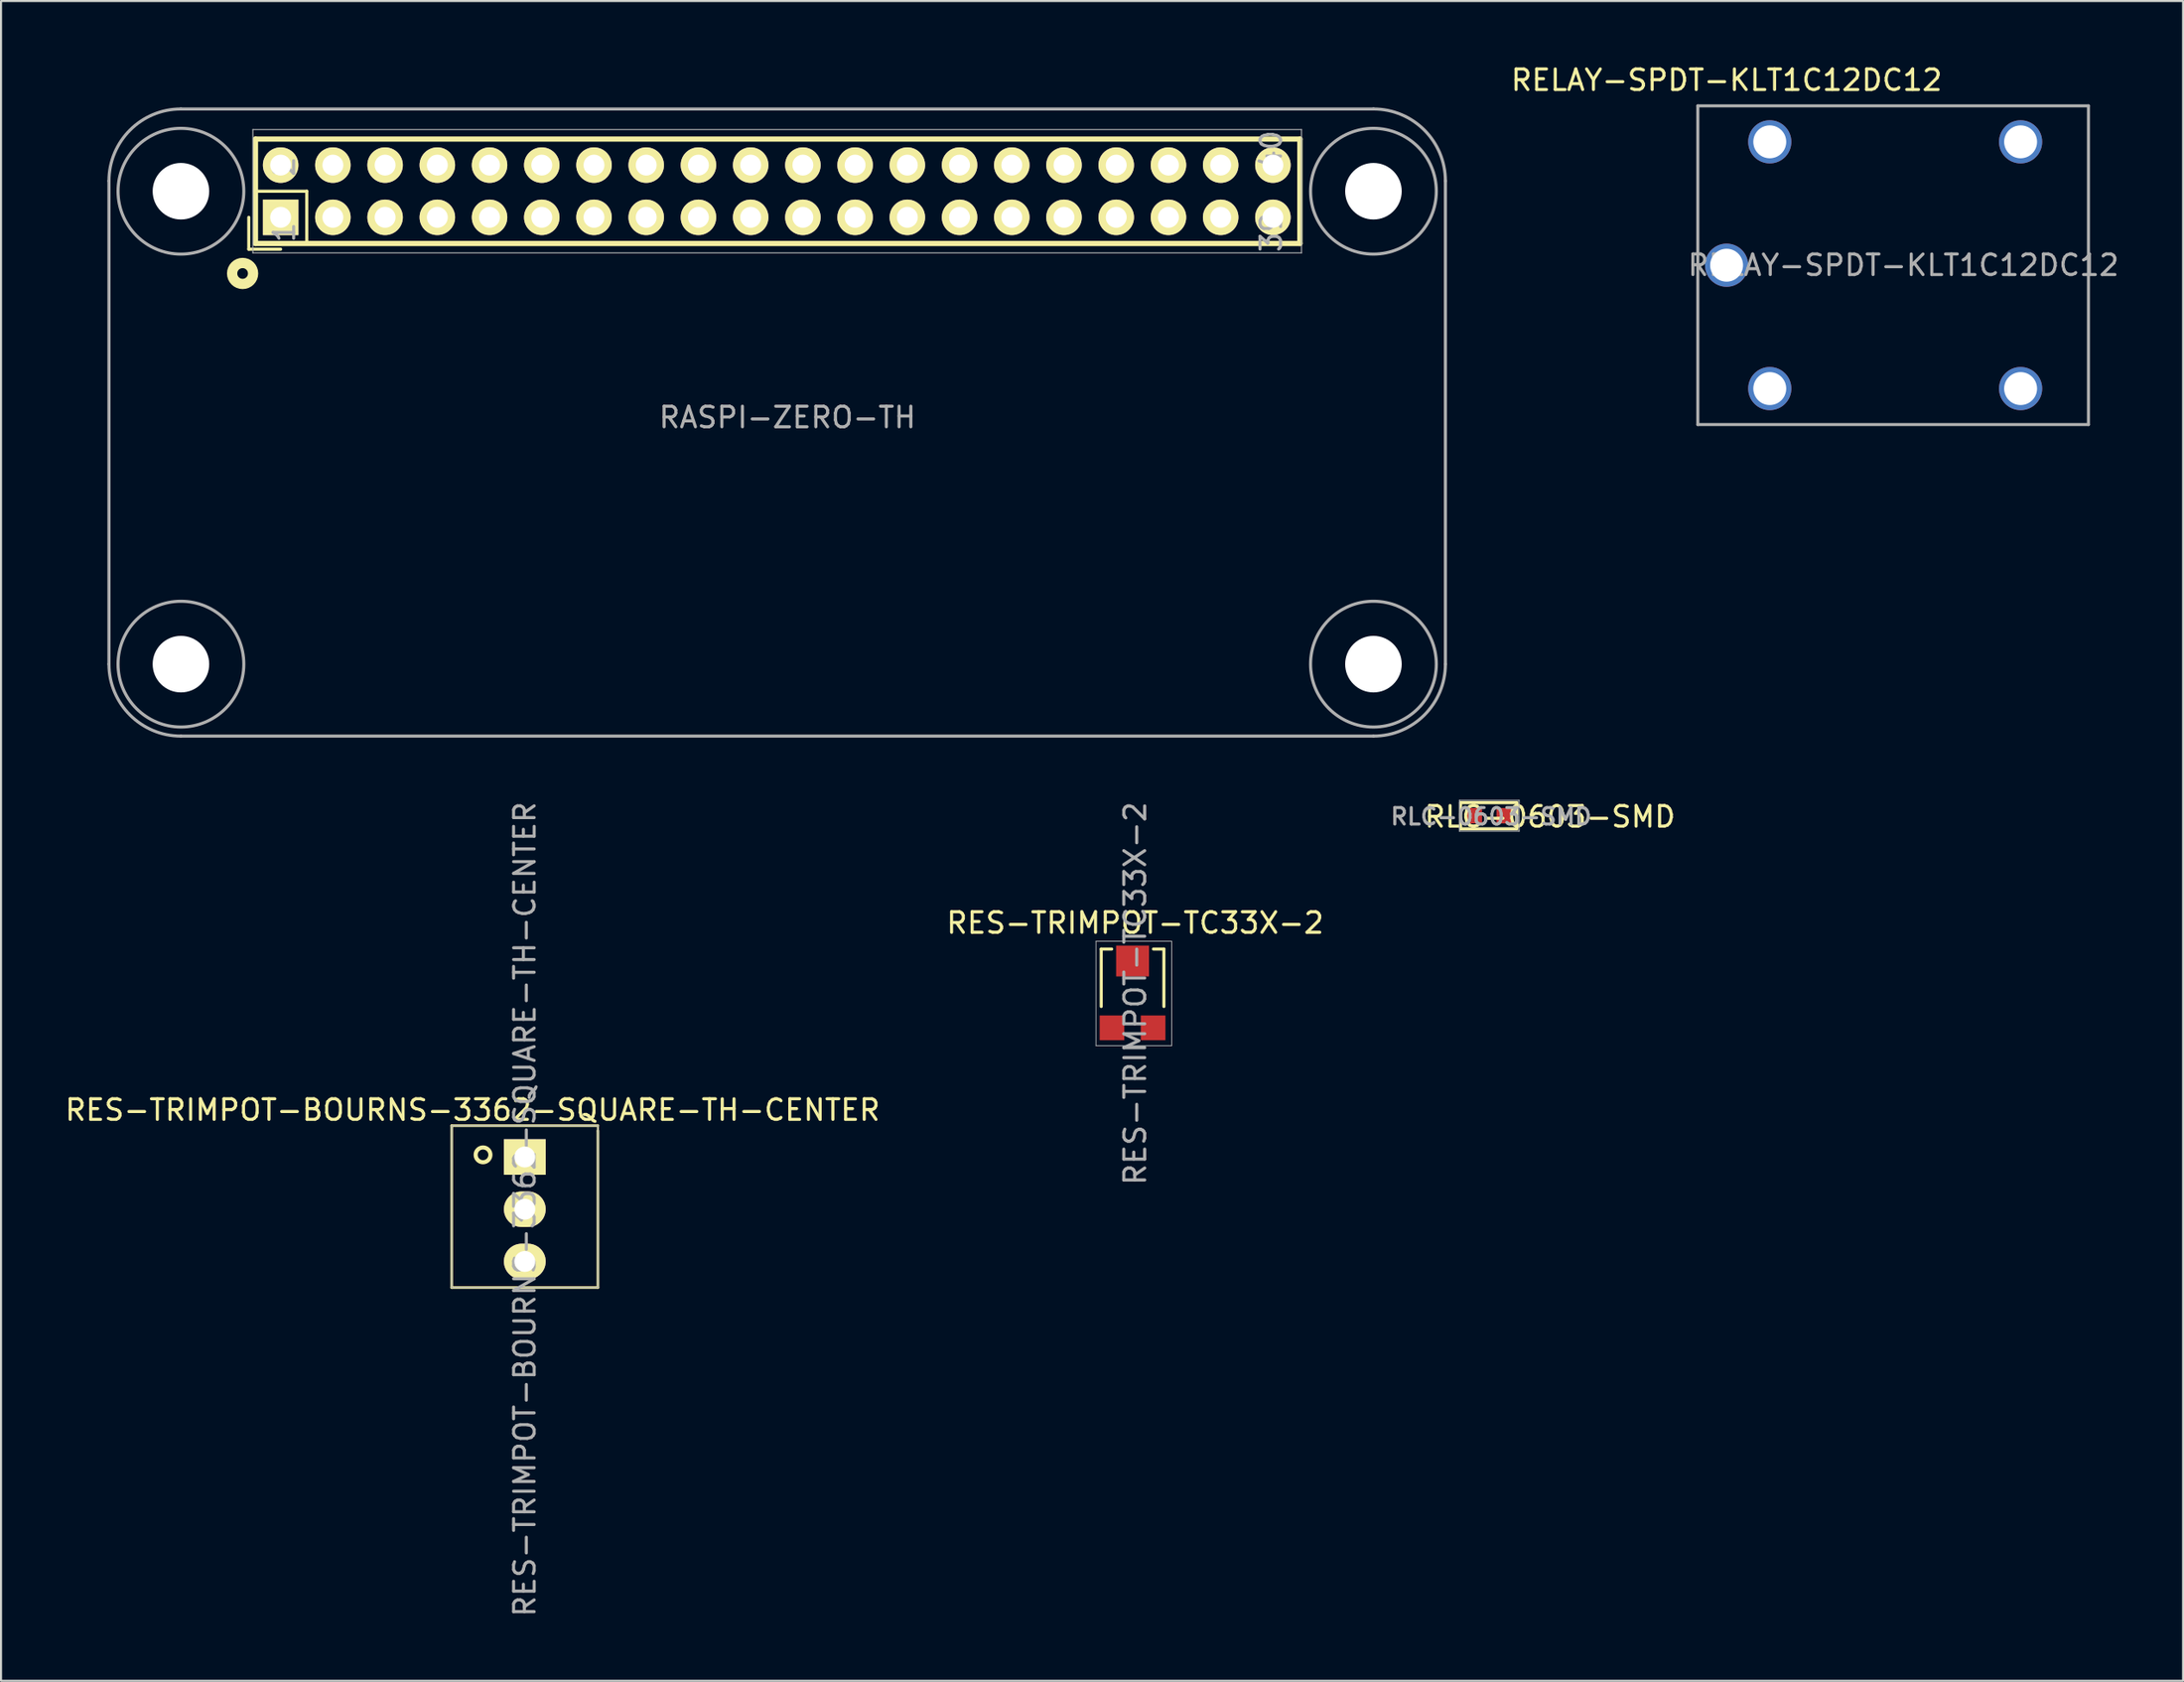
<source format=kicad_pcb>
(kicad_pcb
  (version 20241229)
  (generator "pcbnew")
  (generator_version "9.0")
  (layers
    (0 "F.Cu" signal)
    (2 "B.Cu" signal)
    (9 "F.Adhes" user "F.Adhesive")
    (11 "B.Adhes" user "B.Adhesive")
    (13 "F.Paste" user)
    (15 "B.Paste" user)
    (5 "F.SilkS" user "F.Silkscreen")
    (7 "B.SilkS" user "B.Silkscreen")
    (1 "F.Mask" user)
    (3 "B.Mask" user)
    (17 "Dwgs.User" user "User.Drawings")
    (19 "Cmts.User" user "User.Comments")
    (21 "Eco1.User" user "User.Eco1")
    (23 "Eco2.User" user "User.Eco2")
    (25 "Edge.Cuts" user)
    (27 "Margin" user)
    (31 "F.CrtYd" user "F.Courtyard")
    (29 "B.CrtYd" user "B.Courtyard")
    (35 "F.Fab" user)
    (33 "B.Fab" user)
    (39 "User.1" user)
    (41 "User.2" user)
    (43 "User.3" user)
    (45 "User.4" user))
  (footprint "RASPI-ZERO-TH"
    (layer "F.Cu")
    (at 0.25 0.25)
    (property "Reference" "RASPI-ZERO-TH" (at 35 17 0) (layer "F.Fab") (effects (font (size 1 1) (thickness 0.15))))
    (attr smd)
    (fp_line (start 8.8 7.27) (end 8.8 8.82) (stroke (width 0.15) (type solid)) (layer "F.SilkS"))
    (fp_line (start 8.8 8.82) (end 10.35 8.82) (stroke (width 0.15) (type solid)) (layer "F.SilkS"))
    (fp_line (start 9.08 3.46) (end 9.08 6) (stroke (width 0.15) (type solid)) (layer "F.SilkS"))
    (fp_line (start 9.08 6) (end 11.62 6) (stroke (width 0.15) (type solid)) (layer "F.SilkS"))
    (fp_line (start 9.127 3.463) (end 59.927 3.463) (stroke (width 0.254) (type solid)) (layer "F.SilkS"))
    (fp_line (start 9.127 8.543) (end 9.127 3.463) (stroke (width 0.254) (type solid)) (layer "F.SilkS"))
    (fp_line (start 11.62 6) (end 11.62 8.54) (stroke (width 0.15) (type solid)) (layer "F.SilkS"))
    (fp_line (start 11.62 8.54) (end 59.88 8.54) (stroke (width 0.15) (type solid)) (layer "F.SilkS"))
    (fp_line (start 59.88 3.46) (end 9.08 3.46) (stroke (width 0.15) (type solid)) (layer "F.SilkS"))
    (fp_line (start 59.88 3.46) (end 59.88 8.54) (stroke (width 0.15) (type solid)) (layer "F.SilkS"))
    (fp_line (start 59.927 3.463) (end 59.927 8.543) (stroke (width 0.254) (type solid)) (layer "F.SilkS"))
    (fp_line (start 59.927 8.543) (end 9.127 8.543) (stroke (width 0.254) (type solid)) (layer "F.SilkS"))
    (fp_circle (center 8.5 10) (end 8.6 10.5) (stroke (width 0.5) (type solid)) (fill no) (layer "F.SilkS"))
    (fp_line (start 2 5.5) (end 2 29) (stroke (width 0.15) (type solid)) (layer "F.Fab"))
    (fp_line (start 5.5 32.5) (end 63.5 32.5) (stroke (width 0.15) (type solid)) (layer "F.Fab"))
    (fp_line (start 9 3) (end 60 3) (stroke (width 0.05) (type solid)) (layer "F.Fab"))
    (fp_line (start 9 9) (end 9 3) (stroke (width 0.05) (type solid)) (layer "F.Fab"))
    (fp_line (start 9 9) (end 60 9) (stroke (width 0.05) (type solid)) (layer "F.Fab"))
    (fp_line (start 60 9) (end 60 3) (stroke (width 0.05) (type solid)) (layer "F.Fab"))
    (fp_line (start 63.5 2) (end 5.5 2) (stroke (width 0.15) (type solid)) (layer "F.Fab"))
    (fp_line (start 67 29) (end 67 5.5) (stroke (width 0.15) (type solid)) (layer "F.Fab"))
    (fp_arc (start 2 5.5) (mid 3.025126 3.025126) (end 5.5 2) (stroke (width 0.15) (type solid)) (layer "F.Fab"))
    (fp_arc (start 5.5 32.5) (mid 3.025126 31.474874) (end 2 29) (stroke (width 0.15) (type solid)) (layer "F.Fab"))
    (fp_arc (start 63.5 2) (mid 65.974874 3.025126) (end 67 5.5) (stroke (width 0.15) (type solid)) (layer "F.Fab"))
    (fp_arc (start 67 29) (mid 65.974874 31.474874) (end 63.5 32.5) (stroke (width 0.15) (type solid)) (layer "F.Fab"))
    (fp_circle (center 5.5 6) (end 3.994 8.662) (stroke (width 0.15) (type solid)) (fill no) (layer "F.Fab"))
    (fp_circle (center 5.5 29) (end 3.994 31.662) (stroke (width 0.15) (type solid)) (fill no) (layer "F.Fab"))
    (fp_circle (center 63.5 6) (end 65.006 3.338) (stroke (width 0.15) (type solid)) (fill no) (layer "F.Fab"))
    (fp_circle (center 63.5 29) (end 61.994 31.662) (stroke (width 0.15) (type solid)) (fill no) (layer "F.Fab"))
    (fp_text user "39" (at 58.527 8.003 90) (layer "F.Fab") (effects (font (size 1 1) (thickness 0.15))))
    (fp_text user "1" (at 10.527 8.003 90) (layer "F.Fab") (effects (font (size 1 1) (thickness 0.15))))
    (fp_text user "40" (at 58.527 4.003 90) (layer "F.Fab") (effects (font (size 1 1) (thickness 0.15))))
    (fp_text user "2" (at 10.527 4.8 90) (layer "F.Fab") (effects (font (size 1 1) (thickness 0.15))))
    (pad "" np_thru_hole circle (at 5.5 6) (size 2.75 2.75) (drill 2.75) (layers "*.Cu" "*.Mask"))
    (pad "" np_thru_hole circle (at 5.5 29) (size 2.75 2.75) (drill 2.75) (layers "*.Cu" "*.Mask"))
    (pad "" np_thru_hole circle (at 63.5 6 180) (size 2.75 2.75) (drill 2.75) (layers "*.Cu" "*.Mask"))
    (pad "" np_thru_hole circle (at 63.5 29 180) (size 2.75 2.75) (drill 2.75) (layers "*.Cu" "*.Mask"))
    (pad "1" thru_hole rect (at 10.35 7.27 90) (size 1.727 1.727) (drill 1.016) (layers "*.Cu" "*.Mask" "F.SilkS"))
    (pad "2" thru_hole oval (at 10.35 4.73 90) (size 1.727 1.727) (drill 1.016) (layers "*.Cu" "*.Mask" "F.SilkS"))
    (pad "3" thru_hole oval (at 12.89 7.27 90) (size 1.727 1.727) (drill 1.016) (layers "*.Cu" "*.Mask" "F.SilkS"))
    (pad "4" thru_hole oval (at 12.89 4.73 90) (size 1.727 1.727) (drill 1.016) (layers "*.Cu" "*.Mask" "F.SilkS"))
    (pad "5" thru_hole oval (at 15.43 7.27 90) (size 1.727 1.727) (drill 1.016) (layers "*.Cu" "*.Mask" "F.SilkS"))
    (pad "6" thru_hole oval (at 15.43 4.73 90) (size 1.727 1.727) (drill 1.016) (layers "*.Cu" "*.Mask" "F.SilkS"))
    (pad "7" thru_hole oval (at 17.97 7.27 90) (size 1.727 1.727) (drill 1.016) (layers "*.Cu" "*.Mask" "F.SilkS"))
    (pad "8" thru_hole oval (at 17.97 4.73 90) (size 1.727 1.727) (drill 1.016) (layers "*.Cu" "*.Mask" "F.SilkS"))
    (pad "9" thru_hole oval (at 20.51 7.27 90) (size 1.727 1.727) (drill 1.016) (layers "*.Cu" "*.Mask" "F.SilkS"))
    (pad "10" thru_hole oval (at 20.51 4.73 90) (size 1.727 1.727) (drill 1.016) (layers "*.Cu" "*.Mask" "F.SilkS"))
    (pad "11" thru_hole oval (at 23.05 7.27 90) (size 1.727 1.727) (drill 1.016) (layers "*.Cu" "*.Mask" "F.SilkS"))
    (pad "12" thru_hole oval (at 23.05 4.73 90) (size 1.727 1.727) (drill 1.016) (layers "*.Cu" "*.Mask" "F.SilkS"))
    (pad "13" thru_hole oval (at 25.59 7.27 90) (size 1.727 1.727) (drill 1.016) (layers "*.Cu" "*.Mask" "F.SilkS"))
    (pad "14" thru_hole oval (at 25.59 4.73 90) (size 1.727 1.727) (drill 1.016) (layers "*.Cu" "*.Mask" "F.SilkS"))
    (pad "15" thru_hole oval (at 28.13 7.27 90) (size 1.727 1.727) (drill 1.016) (layers "*.Cu" "*.Mask" "F.SilkS"))
    (pad "16" thru_hole oval (at 28.13 4.73 90) (size 1.727 1.727) (drill 1.016) (layers "*.Cu" "*.Mask" "F.SilkS"))
    (pad "17" thru_hole oval (at 30.67 7.27 90) (size 1.727 1.727) (drill 1.016) (layers "*.Cu" "*.Mask" "F.SilkS"))
    (pad "18" thru_hole oval (at 30.67 4.73 90) (size 1.727 1.727) (drill 1.016) (layers "*.Cu" "*.Mask" "F.SilkS"))
    (pad "19" thru_hole oval (at 33.21 7.27 90) (size 1.727 1.727) (drill 1.016) (layers "*.Cu" "*.Mask" "F.SilkS"))
    (pad "20" thru_hole oval (at 33.21 4.73 90) (size 1.727 1.727) (drill 1.016) (layers "*.Cu" "*.Mask" "F.SilkS"))
    (pad "21" thru_hole oval (at 35.75 7.27 90) (size 1.727 1.727) (drill 1.016) (layers "*.Cu" "*.Mask" "F.SilkS"))
    (pad "22" thru_hole oval (at 35.75 4.73 90) (size 1.727 1.727) (drill 1.016) (layers "*.Cu" "*.Mask" "F.SilkS"))
    (pad "23" thru_hole oval (at 38.29 7.27 90) (size 1.727 1.727) (drill 1.016) (layers "*.Cu" "*.Mask" "F.SilkS"))
    (pad "24" thru_hole oval (at 38.29 4.73 90) (size 1.727 1.727) (drill 1.016) (layers "*.Cu" "*.Mask" "F.SilkS"))
    (pad "25" thru_hole oval (at 40.83 7.27 90) (size 1.727 1.727) (drill 1.016) (layers "*.Cu" "*.Mask" "F.SilkS"))
    (pad "26" thru_hole oval (at 40.83 4.73 90) (size 1.727 1.727) (drill 1.016) (layers "*.Cu" "*.Mask" "F.SilkS"))
    (pad "27" thru_hole oval (at 43.37 7.27 90) (size 1.727 1.727) (drill 1.016) (layers "*.Cu" "*.Mask" "F.SilkS"))
    (pad "28" thru_hole oval (at 43.37 4.73 90) (size 1.727 1.727) (drill 1.016) (layers "*.Cu" "*.Mask" "F.SilkS"))
    (pad "29" thru_hole oval (at 45.91 7.27 90) (size 1.727 1.727) (drill 1.016) (layers "*.Cu" "*.Mask" "F.SilkS"))
    (pad "30" thru_hole oval (at 45.91 4.73 90) (size 1.727 1.727) (drill 1.016) (layers "*.Cu" "*.Mask" "F.SilkS"))
    (pad "31" thru_hole oval (at 48.45 7.27 90) (size 1.727 1.727) (drill 1.016) (layers "*.Cu" "*.Mask" "F.SilkS"))
    (pad "32" thru_hole oval (at 48.45 4.73 90) (size 1.727 1.727) (drill 1.016) (layers "*.Cu" "*.Mask" "F.SilkS"))
    (pad "33" thru_hole oval (at 50.99 7.27 90) (size 1.727 1.727) (drill 1.016) (layers "*.Cu" "*.Mask" "F.SilkS"))
    (pad "34" thru_hole oval (at 50.99 4.73 90) (size 1.727 1.727) (drill 1.016) (layers "*.Cu" "*.Mask" "F.SilkS"))
    (pad "35" thru_hole oval (at 53.53 7.27 90) (size 1.727 1.727) (drill 1.016) (layers "*.Cu" "*.Mask" "F.SilkS"))
    (pad "36" thru_hole oval (at 53.53 4.73 90) (size 1.727 1.727) (drill 1.016) (layers "*.Cu" "*.Mask" "F.SilkS"))
    (pad "37" thru_hole oval (at 56.07 7.27 90) (size 1.727 1.727) (drill 1.016) (layers "*.Cu" "*.Mask" "F.SilkS"))
    (pad "38" thru_hole oval (at 56.07 4.73 90) (size 1.727 1.727) (drill 1.016) (layers "*.Cu" "*.Mask" "F.SilkS"))
    (pad "39" thru_hole oval (at 58.61 7.27 90) (size 1.727 1.727) (drill 1.016) (layers "*.Cu" "*.Mask" "F.SilkS"))
    (pad "40" thru_hole oval (at 58.61 4.73 90) (size 1.727 1.727) (drill 1.016) (layers "*.Cu" "*.Mask" "F.SilkS")))
  (footprint "RELAY-SPDT-KLT1C12DC12"
    (layer "F.Cu")
    (at 80.926 9.848)
    (property "Reference" "RELAY-SPDT-KLT1C12DC12" (at 8.6 0 0) (layer "F.Fab") (effects (font (size 1 1) (thickness 0.15))))
    (attr smd)
    (fp_line (start -1.4 -7.75) (end -1.4 7.75) (stroke (width 0.15) (type solid)) (layer "F.Fab"))
    (fp_line (start -1.4 7.75) (end 17.6 7.75) (stroke (width 0.15) (type solid)) (layer "F.Fab"))
    (fp_line (start 17.6 -7.75) (end -1.4 -7.75) (stroke (width 0.15) (type solid)) (layer "F.Fab"))
    (fp_line (start 17.6 7.75) (end 17.6 -7.75) (stroke (width 0.15) (type solid)) (layer "F.Fab"))
    (fp_text user "${REFERENCE}" (at 0 -9 0) (layer "F.SilkS") (effects (font (size 1 1) (thickness 0.15))))
    (pad "+" thru_hole circle (at 2.1 6) (size 2.1 2.1) (drill 1.6) (layers "*.Cu" "*.Mask"))
    (pad "-" thru_hole circle (at 2.1 -6) (size 2.1 2.1) (drill 1.6) (layers "*.Cu" "*.Mask"))
    (pad "COM" thru_hole circle (at 0 0) (size 2.1 2.1) (drill 1.6) (layers "*.Cu" "*.Mask"))
    (pad "NC" thru_hole circle (at 14.3 -6) (size 2.1 2.1) (drill 1.6) (layers "*.Cu" "*.Mask"))
    (pad "NO" thru_hole circle (at 14.3 6) (size 2.1 2.1) (drill 1.6) (layers "*.Cu" "*.Mask")))
  (footprint "RES-TRIMPOT-BOURNS-3362-SQUARE-TH-CENTER"
    (layer "F.Cu")
    (at 22.475 55.76)
    (property "Reference" "RES-TRIMPOT-BOURNS-3362-SQUARE-TH-CENTER" (at 0 0 270) (layer "F.Fab") (effects (font (size 1 1) (thickness 0.15))))
    (attr smd)
    (fp_line (start -3.556 -4.064) (end -3.556 3.81) (stroke (width 0.127) (type solid)) (layer "F.SilkS"))
    (fp_line (start -3.556 3.81) (end 3.556 3.81) (stroke (width 0.127) (type solid)) (layer "F.SilkS"))
    (fp_line (start 3.556 -4.064) (end -3.556 -4.064) (stroke (width 0.127) (type solid)) (layer "F.SilkS"))
    (fp_line (start 3.556 -3.81) (end 3.556 -4.064) (stroke (width 0.102) (type solid)) (layer "F.SilkS"))
    (fp_line (start 3.556 3.81) (end 3.556 -3.81) (stroke (width 0.127) (type solid)) (layer "F.SilkS"))
    (fp_circle (center -2.032 -2.645) (end -1.778 -2.391) (stroke (width 0.2) (type solid)) (fill no) (layer "F.SilkS"))
    (fp_line (start -3.556 -4.064) (end -3.556 3.81) (stroke (width 0.05) (type solid)) (layer "F.Fab"))
    (fp_line (start -3.556 3.81) (end 3.556 3.81) (stroke (width 0.05) (type solid)) (layer "F.Fab"))
    (fp_line (start 3.556 -4.064) (end -3.556 -4.064) (stroke (width 0.05) (type solid)) (layer "F.Fab"))
    (fp_line (start 3.556 3.81) (end 3.556 -4.064) (stroke (width 0.05) (type solid)) (layer "F.Fab"))
    (fp_circle (center 0 -2.54) (end 0.254 -2.286) (stroke (width 0.2) (type solid)) (fill no) (layer "F.Fab"))
    (fp_text user "${REFERENCE}" (at -2.54 -4.826 0) (layer "F.SilkS") (effects (font (size 1 1) (thickness 0.15))))
    (pad "1" thru_hole rect (at 0 -2.54) (size 2.032 1.727) (drill 1.016) (layers "*.Cu" "*.Mask" "F.SilkS"))
    (pad "2" thru_hole oval (at 0 0) (size 2.032 1.727) (drill 1.016) (layers "*.Cu" "*.Mask" "F.SilkS"))
    (pad "3" thru_hole oval (at 0 2.54) (size 2.032 1.727) (drill 1.016) (layers "*.Cu" "*.Mask" "F.SilkS")))
  (footprint "RES-TRIMPOT-TC33X-2"
    (layer "F.Cu")
    (at 52.034 45.138)
    (property "Reference" "RES-TRIMPOT-TC33X-2" (at 0.127 0.127 90) (layer "F.Fab") (effects (font (size 1.016 1.016) (thickness 0.152))))
    (attr smd)
    (fp_line (start -1.524 -2.032) (end -1.524 0.762) (stroke (width 0.15) (type solid)) (layer "F.SilkS"))
    (fp_line (start -1.016 -2.032) (end -1.524 -2.032) (stroke (width 0.15) (type solid)) (layer "F.SilkS"))
    (fp_line (start 1.016 -2.032) (end 1.524 -2.032) (stroke (width 0.15) (type solid)) (layer "F.SilkS"))
    (fp_line (start 1.524 -2.032) (end 1.524 0.762) (stroke (width 0.15) (type solid)) (layer "F.SilkS"))
    (fp_line (start -1.778 -2.413) (end -1.778 2.667) (stroke (width 0.041) (type solid)) (layer "F.Fab"))
    (fp_line (start -1.778 2.667) (end 1.905 2.667) (stroke (width 0.041) (type solid)) (layer "F.Fab"))
    (fp_line (start 1.905 -2.413) (end -1.778 -2.413) (stroke (width 0.041) (type solid)) (layer "F.Fab"))
    (fp_line (start 1.905 2.667) (end 1.905 -2.413) (stroke (width 0.041) (type solid)) (layer "F.Fab"))
    (fp_text user "${REFERENCE}" (at 0.127 -3.302 0) (layer "F.SilkS") (effects (font (size 1 1) (thickness 0.15))))
    (pad "1" smd rect (at -1 1.8) (size 1.2 1.2) (layers "F.Cu" "F.Mask" "F.Paste"))
    (pad "2" smd rect (at 0 -1.45) (size 1.6 1.5) (layers "F.Cu" "F.Mask" "F.Paste"))
    (pad "3" smd rect (at 1 1.8) (size 1.2 1.2) (layers "F.Cu" "F.Mask" "F.Paste")))
  (footprint "RLC-0603-SMD"
    (layer "F.Cu")
    (at 69.384 36.623)
    (property "Reference" "RLC-0603-SMD" (at 0.09 0.04 0) (layer "F.Fab") (effects (font (size 0.8 0.8) (thickness 0.15))))
    (attr smd)
    (fp_line (start -1.397 -0.635) (end -1.397 0.635) (stroke (width 0.152) (type solid)) (layer "F.SilkS"))
    (fp_line (start -1.397 -0.635) (end 1.333 -0.635) (stroke (width 0.15) (type solid)) (layer "F.SilkS"))
    (fp_line (start 1.333 -0.635) (end 1.333 0.635) (stroke (width 0.152) (type solid)) (layer "F.SilkS"))
    (fp_line (start 1.333 0.635) (end -1.397 0.635) (stroke (width 0.15) (type solid)) (layer "F.SilkS"))
    (fp_line (start -1.45 -0.75) (end -1.45 0.75) (stroke (width 0.05) (type solid)) (layer "F.Fab"))
    (fp_line (start -1.45 -0.75) (end 1.45 -0.75) (stroke (width 0.05) (type solid)) (layer "F.Fab"))
    (fp_line (start -1.45 0.75) (end 1.45 0.75) (stroke (width 0.05) (type solid)) (layer "F.Fab"))
    (fp_line (start 1.45 -0.75) (end 1.45 0.75) (stroke (width 0.05) (type solid)) (layer "F.Fab"))
    (fp_text user "${REFERENCE}" (at 2.95 0.05 0) (layer "F.SilkS") (effects (font (size 1 1) (thickness 0.15))))
    (pad "1" smd rect (at -0.75 0) (size 0.8 0.75) (layers "F.Cu" "F.Mask" "F.Paste"))
    (pad "2" smd rect (at 0.75 0) (size 0.8 0.75) (layers "F.Cu" "F.Mask" "F.Paste")))
  (gr_rect
    (start -3 -3)
    (end 103.127 78.694)
    (stroke (width 0.1) (type default))
    (fill no)
    (layer "Edge.Cuts")))
</source>
